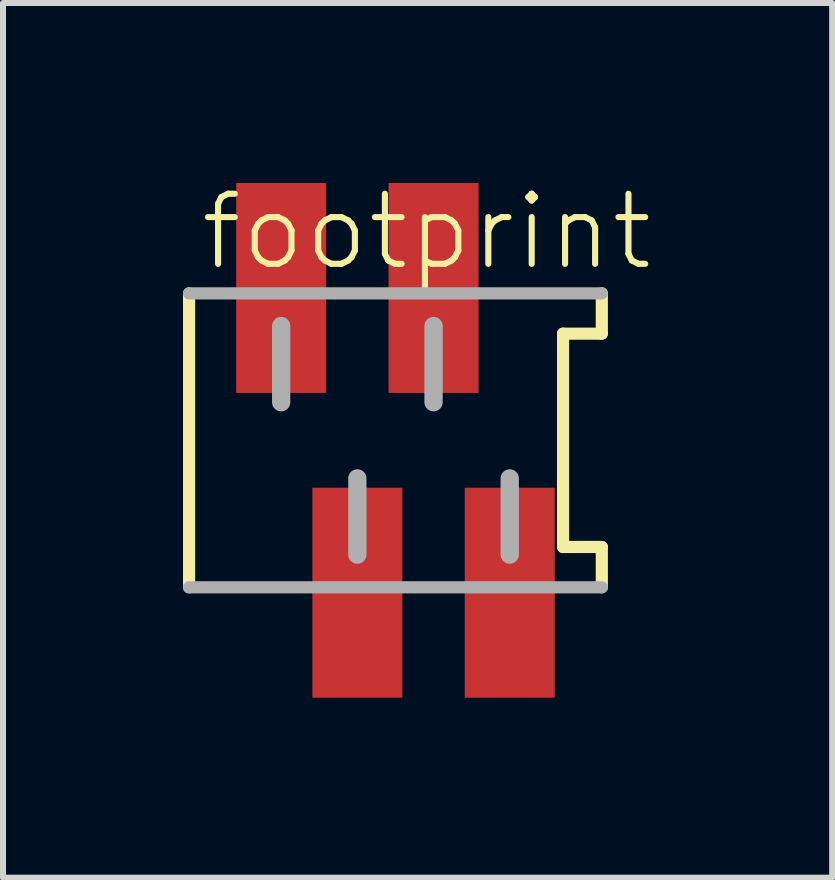
<source format=kicad_pcb>
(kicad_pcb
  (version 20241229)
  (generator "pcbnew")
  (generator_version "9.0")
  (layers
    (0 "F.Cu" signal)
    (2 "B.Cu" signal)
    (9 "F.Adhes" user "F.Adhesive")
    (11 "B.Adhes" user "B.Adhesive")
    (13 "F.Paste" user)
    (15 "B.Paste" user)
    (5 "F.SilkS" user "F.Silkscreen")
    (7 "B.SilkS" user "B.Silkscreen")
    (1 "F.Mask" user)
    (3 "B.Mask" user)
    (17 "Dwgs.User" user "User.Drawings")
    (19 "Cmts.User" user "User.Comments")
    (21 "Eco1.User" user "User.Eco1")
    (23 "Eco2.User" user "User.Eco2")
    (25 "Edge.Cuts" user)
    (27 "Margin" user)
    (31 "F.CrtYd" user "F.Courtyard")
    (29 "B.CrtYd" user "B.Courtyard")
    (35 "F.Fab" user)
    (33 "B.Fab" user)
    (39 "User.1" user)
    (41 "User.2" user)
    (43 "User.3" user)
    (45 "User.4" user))
  (footprint "footprint"
    (layer "F.Cu")
    (at 3.542 4.29)
    (property "Reference" "footprint" (at -3.302 -2.794 0) (layer "F.SilkS") (effects (font (size 1.168 1.168) (thickness 0.102)) (justify left bottom)))
    (fp_line (start -3.44 -2.45) (end -3.44 2.45) (stroke (width 0.203) (type solid)) (layer "F.SilkS"))
    (fp_line (start 2.794 -1.778) (end 3.44 -1.778) (stroke (width 0.203) (type solid)) (layer "F.SilkS"))
    (fp_line (start 2.794 1.778) (end 2.794 -1.778) (stroke (width 0.203) (type solid)) (layer "F.SilkS"))
    (fp_line (start 3.44 -1.778) (end 3.44 -2.45) (stroke (width 0.203) (type solid)) (layer "F.SilkS"))
    (fp_line (start 3.44 1.778) (end 2.794 1.778) (stroke (width 0.203) (type solid)) (layer "F.SilkS"))
    (fp_line (start 3.44 2.45) (end 3.44 1.778) (stroke (width 0.203) (type solid)) (layer "F.SilkS"))
    (fp_line (start -3.44 2.45) (end 3.44 2.45) (stroke (width 0.203) (type solid)) (layer "F.Fab"))
    (fp_line (start -1.905 -1.905) (end -1.905 -0.635) (stroke (width 0.305) (type solid)) (layer "F.Fab"))
    (fp_line (start -0.635 0.635) (end -0.635 1.905) (stroke (width 0.305) (type solid)) (layer "F.Fab"))
    (fp_line (start 0.635 -1.905) (end 0.635 -0.635) (stroke (width 0.305) (type solid)) (layer "F.Fab"))
    (fp_line (start 1.905 0.635) (end 1.905 1.905) (stroke (width 0.305) (type solid)) (layer "F.Fab"))
    (fp_line (start 3.44 -2.45) (end -3.44 -2.45) (stroke (width 0.203) (type solid)) (layer "F.Fab"))
    (pad "1" smd rect (at -1.905 -2.54) (size 1.5 3.5) (layers "F.Cu" "F.Mask" "F.Paste"))
    (pad "2" smd rect (at -0.635 2.54) (size 1.5 3.5) (layers "F.Cu" "F.Mask" "F.Paste"))
    (pad "3" smd rect (at 0.635 -2.54) (size 1.5 3.5) (layers "F.Cu" "F.Mask" "F.Paste"))
    (pad "4" smd rect (at 1.905 2.54) (size 1.5 3.5) (layers "F.Cu" "F.Mask" "F.Paste")))
  (gr_rect
    (start -3 -3)
    (end 10.822 11.58)
    (stroke (width 0.1) (type default))
    (fill no)
    (layer "Edge.Cuts")))
</source>
